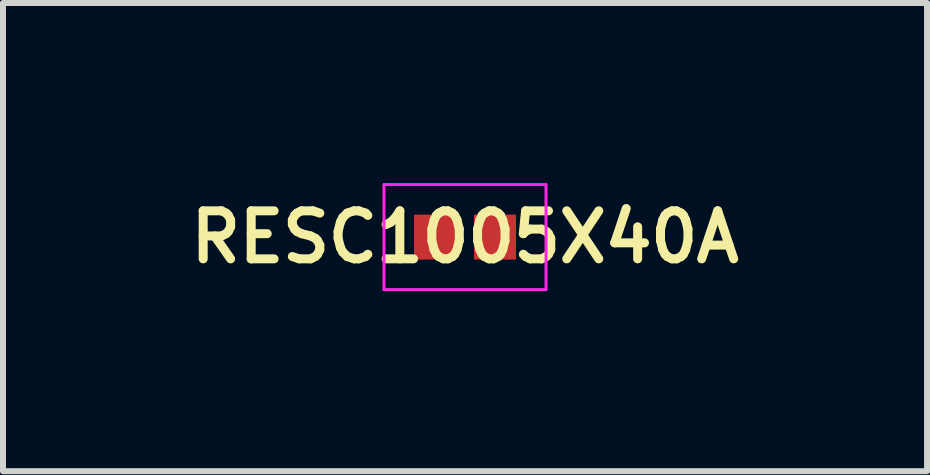
<source format=kicad_pcb>
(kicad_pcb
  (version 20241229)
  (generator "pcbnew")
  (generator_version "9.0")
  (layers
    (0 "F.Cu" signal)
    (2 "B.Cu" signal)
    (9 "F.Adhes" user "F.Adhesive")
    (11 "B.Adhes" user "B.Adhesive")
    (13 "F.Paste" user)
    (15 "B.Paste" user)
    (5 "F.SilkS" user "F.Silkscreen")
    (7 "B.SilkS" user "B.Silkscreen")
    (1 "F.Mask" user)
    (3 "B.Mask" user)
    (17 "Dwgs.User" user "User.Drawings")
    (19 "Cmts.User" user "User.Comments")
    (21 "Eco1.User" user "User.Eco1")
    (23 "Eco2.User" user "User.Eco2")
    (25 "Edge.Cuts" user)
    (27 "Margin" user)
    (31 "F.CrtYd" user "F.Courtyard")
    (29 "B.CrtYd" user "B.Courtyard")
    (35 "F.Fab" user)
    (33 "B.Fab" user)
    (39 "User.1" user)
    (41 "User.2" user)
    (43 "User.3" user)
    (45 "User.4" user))
  (footprint "RESC1005X40A"
    (layer "F.Cu")
    (at 4.697 0.9)
    (property "Reference" "RESC1005X40A" (at 0 0 0) (layer "F.SilkS") (effects (font (size 0.8 0.8) (thickness 0.15))))
    (attr smd)
    (fp_line (start -1.35 -0.875) (end 1.35 -0.875) (stroke (width 0.05) (type solid)) (layer "F.CrtYd"))
    (fp_line (start -1.35 0.875) (end -1.35 -0.875) (stroke (width 0.05) (type solid)) (layer "F.CrtYd"))
    (fp_line (start 1.35 -0.875) (end 1.35 0.875) (stroke (width 0.05) (type solid)) (layer "F.CrtYd"))
    (fp_line (start 1.35 0.875) (end -1.35 0.875) (stroke (width 0.05) (type solid)) (layer "F.CrtYd"))
    (pad "1" smd rect (at -0.5 0) (size 0.7 0.75) (layers "F.Cu" "F.Mask" "F.Paste"))
    (pad "2" smd rect (at 0.5 0) (size 0.7 0.75) (layers "F.Cu" "F.Mask" "F.Paste")))
  (gr_rect
    (start -3 -3)
    (end 12.395 4.8)
    (stroke (width 0.1) (type default))
    (fill no)
    (layer "Edge.Cuts")))
</source>
